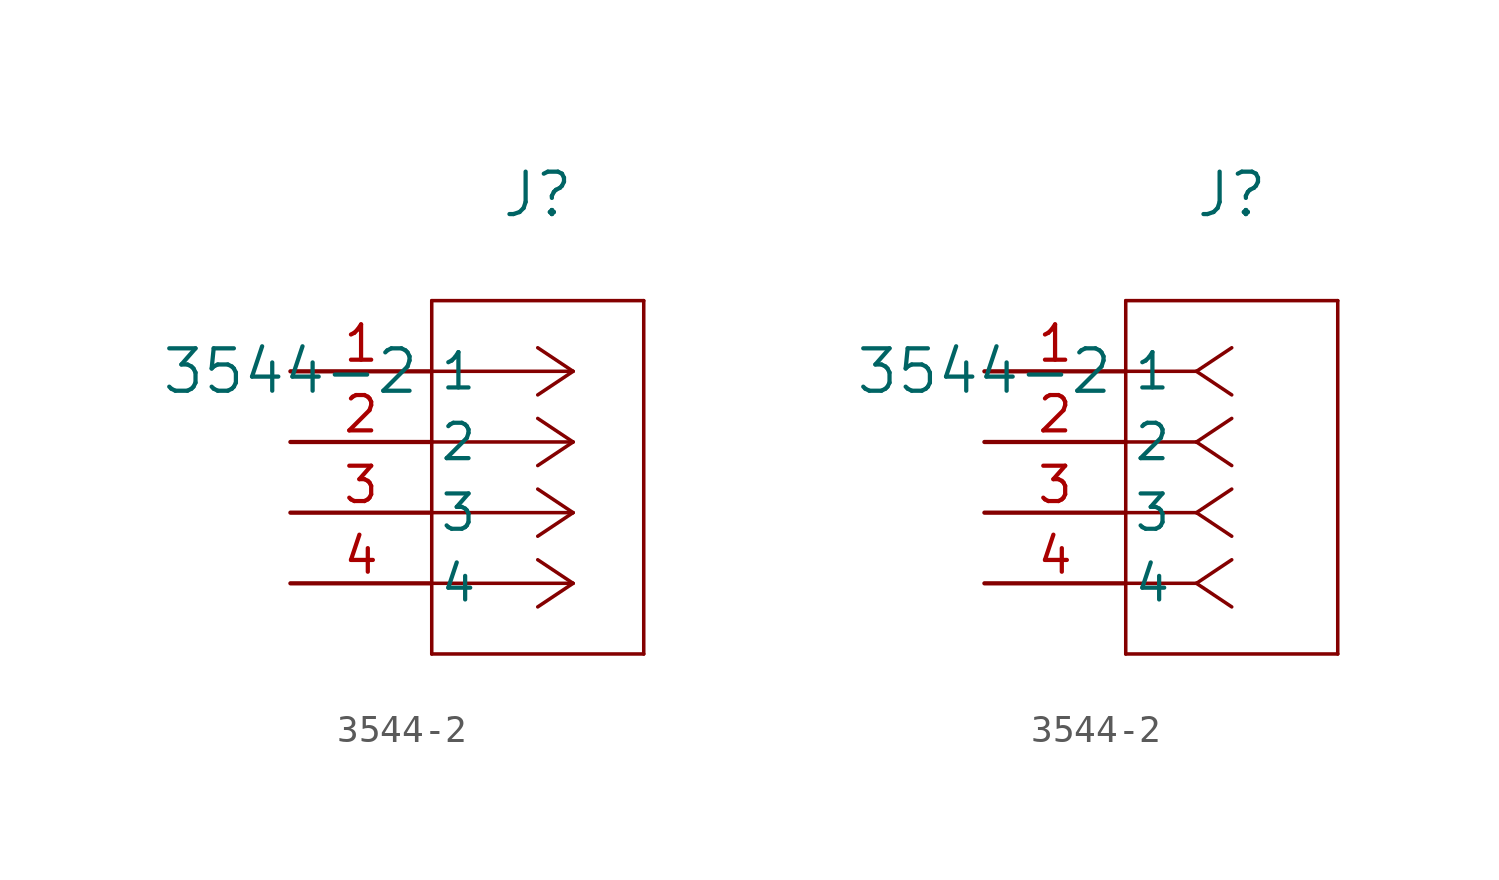
<source format=kicad_sym>
(kicad_symbol_lib
  (version 20211014)
  (generator kicad_symbol_editor)
  (symbol "3544-2"
    (pin_names
      (offset 0.254))
    (property "Reference" "J"
      (at 8.89 6.35 0)
      (effects (font (size 1.524 1.524))))
    (property "Value" "3544-2"
      (at 0 0 0)
      (effects (font (size 1.524 1.524))))
    (symbol "3544-2_1_1"
      (polyline (pts (xy 10.16 0) (xy 5.08 0)) (stroke (width 0.127) (type default) (color 0 0 0 0)) (fill (type none)))
      (polyline (pts (xy 10.16 -2.54) (xy 5.08 -2.54)) (stroke (width 0.127) (type default) (color 0 0 0 0)) (fill (type none)))
      (polyline (pts (xy 10.16 -5.08) (xy 5.08 -5.08)) (stroke (width 0.127) (type default) (color 0 0 0 0)) (fill (type none)))
      (polyline (pts (xy 10.16 -7.62) (xy 5.08 -7.62)) (stroke (width 0.127) (type default) (color 0 0 0 0)) (fill (type none)))
      (polyline (pts (xy 10.16 0) (xy 8.89 0.847)) (stroke (width 0.127) (type default) (color 0 0 0 0)) (fill (type none)))
      (polyline (pts (xy 10.16 -2.54) (xy 8.89 -1.693)) (stroke (width 0.127) (type default) (color 0 0 0 0)) (fill (type none)))
      (polyline (pts (xy 10.16 -5.08) (xy 8.89 -4.233)) (stroke (width 0.127) (type default) (color 0 0 0 0)) (fill (type none)))
      (polyline (pts (xy 10.16 -7.62) (xy 8.89 -6.773)) (stroke (width 0.127) (type default) (color 0 0 0 0)) (fill (type none)))
      (polyline (pts (xy 10.16 0) (xy 8.89 -0.847)) (stroke (width 0.127) (type default) (color 0 0 0 0)) (fill (type none)))
      (polyline (pts (xy 10.16 -2.54) (xy 8.89 -3.387)) (stroke (width 0.127) (type default) (color 0 0 0 0)) (fill (type none)))
      (polyline (pts (xy 10.16 -5.08) (xy 8.89 -5.927)) (stroke (width 0.127) (type default) (color 0 0 0 0)) (fill (type none)))
      (polyline (pts (xy 10.16 -7.62) (xy 8.89 -8.467)) (stroke (width 0.127) (type default) (color 0 0 0 0)) (fill (type none)))
      (polyline (pts (xy 5.08 2.54) (xy 5.08 -10.16)) (stroke (width 0.127) (type default) (color 0 0 0 0)) (fill (type none)))
      (polyline (pts (xy 5.08 -10.16) (xy 12.7 -10.16)) (stroke (width 0.127) (type default) (color 0 0 0 0)) (fill (type none)))
      (polyline (pts (xy 12.7 -10.16) (xy 12.7 2.54)) (stroke (width 0.127) (type default) (color 0 0 0 0)) (fill (type none)))
      (polyline (pts (xy 12.7 2.54) (xy 5.08 2.54)) (stroke (width 0.127) (type default) (color 0 0 0 0)) (fill (type none)))
      (pin unspecified line (at 0 0 0) (length 5.08) (name "1" (effects (font (size 1.27 1.27)))) (number "1" (effects (font (size 1.27 1.27)))))
      (pin unspecified line (at 0 -2.54 0) (length 5.08) (name "2" (effects (font (size 1.27 1.27)))) (number "2" (effects (font (size 1.27 1.27)))))
      (pin unspecified line (at 0 -5.08 0) (length 5.08) (name "3" (effects (font (size 1.27 1.27)))) (number "3" (effects (font (size 1.27 1.27)))))
      (pin unspecified line (at 0 -7.62 0) (length 5.08) (name "4" (effects (font (size 1.27 1.27)))) (number "4" (effects (font (size 1.27 1.27))))))
    (symbol "3544-2_1_2"
      (polyline (pts (xy 7.62 0) (xy 5.08 0)) (stroke (width 0.127) (type default) (color 0 0 0 0)) (fill (type none)))
      (polyline (pts (xy 7.62 -2.54) (xy 5.08 -2.54)) (stroke (width 0.127) (type default) (color 0 0 0 0)) (fill (type none)))
      (polyline (pts (xy 7.62 -5.08) (xy 5.08 -5.08)) (stroke (width 0.127) (type default) (color 0 0 0 0)) (fill (type none)))
      (polyline (pts (xy 7.62 -7.62) (xy 5.08 -7.62)) (stroke (width 0.127) (type default) (color 0 0 0 0)) (fill (type none)))
      (polyline (pts (xy 7.62 0) (xy 8.89 0.847)) (stroke (width 0.127) (type default) (color 0 0 0 0)) (fill (type none)))
      (polyline (pts (xy 7.62 -2.54) (xy 8.89 -1.693)) (stroke (width 0.127) (type default) (color 0 0 0 0)) (fill (type none)))
      (polyline (pts (xy 7.62 -5.08) (xy 8.89 -4.233)) (stroke (width 0.127) (type default) (color 0 0 0 0)) (fill (type none)))
      (polyline (pts (xy 7.62 -7.62) (xy 8.89 -6.773)) (stroke (width 0.127) (type default) (color 0 0 0 0)) (fill (type none)))
      (polyline (pts (xy 7.62 0) (xy 8.89 -0.847)) (stroke (width 0.127) (type default) (color 0 0 0 0)) (fill (type none)))
      (polyline (pts (xy 7.62 -2.54) (xy 8.89 -3.387)) (stroke (width 0.127) (type default) (color 0 0 0 0)) (fill (type none)))
      (polyline (pts (xy 7.62 -5.08) (xy 8.89 -5.927)) (stroke (width 0.127) (type default) (color 0 0 0 0)) (fill (type none)))
      (polyline (pts (xy 7.62 -7.62) (xy 8.89 -8.467)) (stroke (width 0.127) (type default) (color 0 0 0 0)) (fill (type none)))
      (polyline (pts (xy 5.08 2.54) (xy 5.08 -10.16)) (stroke (width 0.127) (type default) (color 0 0 0 0)) (fill (type none)))
      (polyline (pts (xy 5.08 -10.16) (xy 12.7 -10.16)) (stroke (width 0.127) (type default) (color 0 0 0 0)) (fill (type none)))
      (polyline (pts (xy 12.7 -10.16) (xy 12.7 2.54)) (stroke (width 0.127) (type default) (color 0 0 0 0)) (fill (type none)))
      (polyline (pts (xy 12.7 2.54) (xy 5.08 2.54)) (stroke (width 0.127) (type default) (color 0 0 0 0)) (fill (type none)))
      (pin unspecified line (at 0 0 0) (length 5.08) (name "1" (effects (font (size 1.27 1.27)))) (number "1" (effects (font (size 1.27 1.27)))))
      (pin unspecified line (at 0 -2.54 0) (length 5.08) (name "2" (effects (font (size 1.27 1.27)))) (number "2" (effects (font (size 1.27 1.27)))))
      (pin unspecified line (at 0 -5.08 0) (length 5.08) (name "3" (effects (font (size 1.27 1.27)))) (number "3" (effects (font (size 1.27 1.27)))))
      (pin unspecified line (at 0 -7.62 0) (length 5.08) (name "4" (effects (font (size 1.27 1.27)))) (number "4" (effects (font (size 1.27 1.27))))))))
</source>
